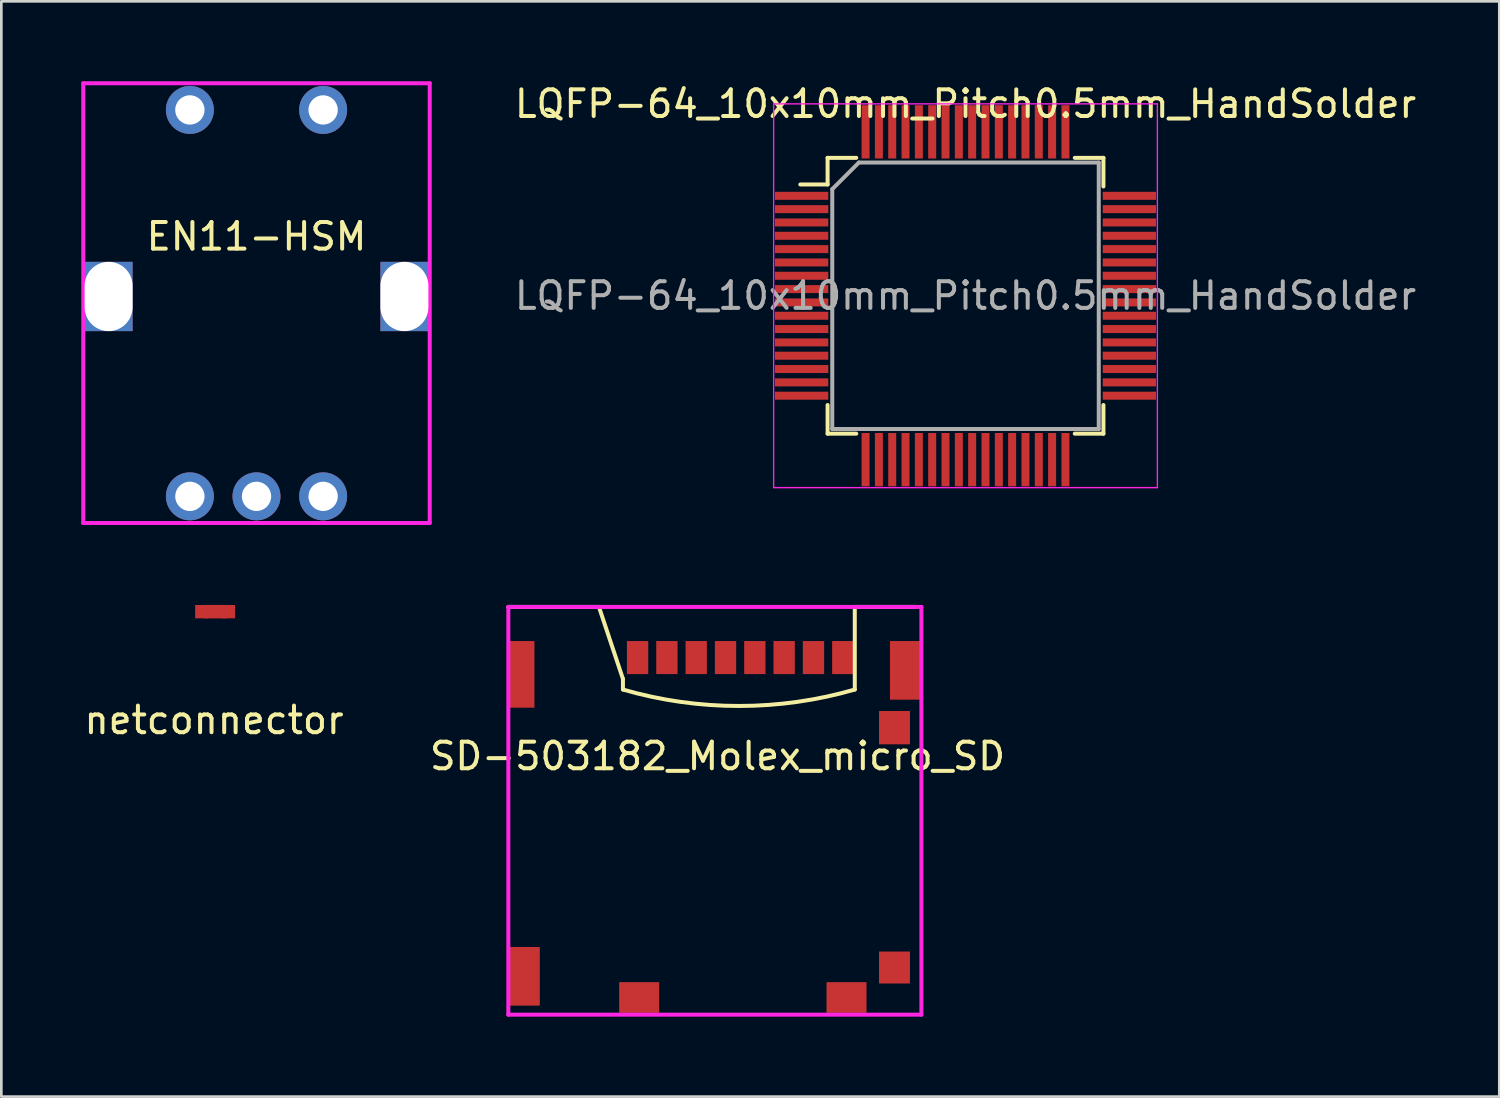
<source format=kicad_pcb>
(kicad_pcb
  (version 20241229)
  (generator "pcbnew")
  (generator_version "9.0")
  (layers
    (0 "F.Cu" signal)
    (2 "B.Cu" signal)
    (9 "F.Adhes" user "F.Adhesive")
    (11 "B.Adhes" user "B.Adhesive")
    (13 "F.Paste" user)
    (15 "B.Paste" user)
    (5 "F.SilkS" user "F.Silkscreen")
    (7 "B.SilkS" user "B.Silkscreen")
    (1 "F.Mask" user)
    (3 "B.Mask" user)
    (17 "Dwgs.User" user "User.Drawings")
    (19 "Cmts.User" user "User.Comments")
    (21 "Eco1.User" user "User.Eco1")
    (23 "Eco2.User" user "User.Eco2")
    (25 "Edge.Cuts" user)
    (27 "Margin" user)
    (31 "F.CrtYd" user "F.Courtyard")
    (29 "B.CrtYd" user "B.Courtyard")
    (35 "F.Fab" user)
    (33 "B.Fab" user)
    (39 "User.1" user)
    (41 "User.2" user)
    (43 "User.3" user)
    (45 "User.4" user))
  (footprint "SD-503182_Molex_micro_SD"
    (layer "F.Cu")
    (at 23.875 24.825)
    (property "Reference" "SD-503182_Molex_micro_SD" (at 0 0.5 0) (layer "F.SilkS") (effects (font (size 1 1) (thickness 0.15))))
    (attr through_hole)
    (fp_line (start -7.85 -5.1) (end -6.7 -5.1) (stroke (width 0.15) (type solid)) (layer "F.SilkS"))
    (fp_line (start -6.7 -5.1) (end -4.45 -5.1) (stroke (width 0.15) (type solid)) (layer "F.SilkS"))
    (fp_line (start -4.45 -5.1) (end -3.55 -2.4) (stroke (width 0.15) (type solid)) (layer "F.SilkS"))
    (fp_line (start -3.55 -2.4) (end -3.55 -2) (stroke (width 0.15) (type solid)) (layer "F.SilkS"))
    (fp_line (start 5.15 -5.1) (end 7.4 -5.1) (stroke (width 0.15) (type solid)) (layer "F.SilkS"))
    (fp_line (start 5.15 -2) (end 5.15 -5.1) (stroke (width 0.15) (type solid)) (layer "F.SilkS"))
    (fp_arc (start 5.149999 -2) (mid 0.8 -1.383954) (end -3.55 -2) (stroke (width 0.15) (type solid)) (layer "F.SilkS"))
    (fp_line (start -7.85 -5.1) (end -7.85 10.2) (stroke (width 0.15) (type solid)) (layer "F.CrtYd"))
    (fp_line (start -7.85 -5.1) (end 7.65 -5.1) (stroke (width 0.15) (type solid)) (layer "F.CrtYd"))
    (fp_line (start -7.85 10.2) (end 7.65 10.2) (stroke (width 0.15) (type solid)) (layer "F.CrtYd"))
    (fp_line (start 7.65 -5.1) (end 7.65 10.2) (stroke (width 0.15) (type solid)) (layer "F.CrtYd"))
    (pad "1" smd rect (at -3 -3.2) (size 0.8 1.24) (layers "F.Cu" "F.Mask" "F.Paste"))
    (pad "2" smd rect (at -1.9 -3.2) (size 0.8 1.24) (layers "F.Cu" "F.Mask" "F.Paste"))
    (pad "3" smd rect (at -0.8 -3.2) (size 0.8 1.24) (layers "F.Cu" "F.Mask" "F.Paste"))
    (pad "4" smd rect (at 0.3 -3.2) (size 0.8 1.24) (layers "F.Cu" "F.Mask" "F.Paste"))
    (pad "5" smd rect (at 1.4 -3.2) (size 0.8 1.24) (layers "F.Cu" "F.Mask" "F.Paste"))
    (pad "6" smd rect (at 2.5 -3.2) (size 0.8 1.24) (layers "F.Cu" "F.Mask" "F.Paste"))
    (pad "7" smd rect (at 3.6 -3.2) (size 0.8 1.24) (layers "F.Cu" "F.Mask" "F.Paste"))
    (pad "8" smd rect (at 4.7 -3.2) (size 0.8 1.24) (layers "F.Cu" "F.Mask" "F.Paste"))
    (pad "9" smd rect (at 6.64 8.43) (size 1.16 1.2) (layers "F.Cu" "F.Mask" "F.Paste"))
    (pad "10" smd rect (at 6.64 -0.57) (size 1.16 1.25) (layers "F.Cu" "F.Mask" "F.Paste"))
    (pad "11" smd rect (at -7.345 -2.57) (size 0.95 2.5) (layers "F.Cu" "F.Mask" "F.Paste"))
    (pad "11" smd rect (at -7.245 8.76) (size 1.15 2.2) (layers "F.Cu" "F.Mask" "F.Paste"))
    (pad "11" smd rect (at -2.94 9.555) (size 1.5 1.15) (layers "F.Cu" "F.Mask" "F.Paste"))
    (pad "11" smd rect (at 4.84 9.555) (size 1.5 1.15) (layers "F.Cu" "F.Mask" "F.Paste"))
    (pad "11" smd rect (at 7.045 -2.72) (size 1.15 2.2) (layers "F.Cu" "F.Mask" "F.Paste")))
  (footprint "netconnector"
    (layer "F.Cu")
    (at 5.023 19.902)
    (property "Reference" "netconnector" (at -0.041 4.069 0) (layer "F.SilkS") (effects (font (size 1 1) (thickness 0.15))))
    (attr through_hole)
    (fp_line (start 0.4 -0.1) (end -0.4 -0.1) (stroke (width 0.305) (type solid)) (layer "F.Cu"))
    (fp_line (start 0.4 0.1) (end -0.4 0.1) (stroke (width 0.305) (type solid)) (layer "F.Cu"))
    (pad "1" smd rect (at -0.5 0) (size 0.5 0.5) (layers "F.Cu"))
    (pad "2" smd rect (at 0.5 0) (size 0.5 0.5) (layers "F.Cu")))
  (footprint "EN11-HSM"
    (layer "F.Cu")
    (at 6.575 8.075)
    (property "Reference" "EN11-HSM" (at 0 -2.25 0) (layer "F.SilkS") (effects (font (size 1 1) (thickness 0.15))))
    (attr through_hole)
    (fp_line (start -6.5 -8) (end -6.5 8.5) (stroke (width 0.15) (type solid)) (layer "F.CrtYd"))
    (fp_line (start -6.5 8.5) (end 6.5 8.5) (stroke (width 0.15) (type solid)) (layer "F.CrtYd"))
    (fp_line (start 6.5 -8) (end -6.5 -8) (stroke (width 0.15) (type solid)) (layer "F.CrtYd"))
    (fp_line (start 6.5 8.5) (end 6.5 -8) (stroke (width 0.15) (type solid)) (layer "F.CrtYd"))
    (pad "" np_thru_hole rect (at -5.55 0) (size 1.8 2.6) (drill oval 1.8 2.6) (layers "*.Cu" "*.Mask"))
    (pad "" np_thru_hole rect (at 5.55 0) (size 1.8 2.6) (drill oval 1.8 2.6) (layers "*.Cu" "*.Mask"))
    (pad "1" thru_hole circle (at -2.5 7.5) (size 1.8 1.8) (drill 1.1) (layers "*.Cu" "*.Mask"))
    (pad "2" thru_hole circle (at 0 7.5) (size 1.8 1.8) (drill 1.1) (layers "*.Cu" "*.Mask"))
    (pad "3" thru_hole circle (at 2.5 7.5) (size 1.8 1.8) (drill 1.1) (layers "*.Cu" "*.Mask"))
    (pad "4" thru_hole circle (at 2.5 -7) (size 1.8 1.8) (drill 1.1) (layers "*.Cu" "*.Mask"))
    (pad "5" thru_hole circle (at -2.5 -7) (size 1.8 1.8) (drill 1.1) (layers "*.Cu" "*.Mask")))
  (footprint "LQFP-64_10x10mm_Pitch0.5mm_HandSolder"
    (layer "F.Cu")
    (at 33.18 8.048)
    (property "Reference" "LQFP-64_10x10mm_Pitch0.5mm_HandSolder" (at 0 -7.2 0) (layer "F.SilkS") (effects (font (size 1 1) (thickness 0.15))))
    (attr smd)
    (fp_line (start -5.175 -5.175) (end -5.175 -4.175) (stroke (width 0.15) (type solid)) (layer "F.SilkS"))
    (fp_line (start -5.175 -5.175) (end -4.1 -5.175) (stroke (width 0.15) (type solid)) (layer "F.SilkS"))
    (fp_line (start -5.175 -4.175) (end -6.2 -4.175) (stroke (width 0.15) (type solid)) (layer "F.SilkS"))
    (fp_line (start -5.175 5.175) (end -5.175 4.1) (stroke (width 0.15) (type solid)) (layer "F.SilkS"))
    (fp_line (start -5.175 5.175) (end -4.1 5.175) (stroke (width 0.15) (type solid)) (layer "F.SilkS"))
    (fp_line (start 5.175 -5.175) (end 4.1 -5.175) (stroke (width 0.15) (type solid)) (layer "F.SilkS"))
    (fp_line (start 5.175 -5.175) (end 5.175 -4.1) (stroke (width 0.15) (type solid)) (layer "F.SilkS"))
    (fp_line (start 5.175 5.175) (end 4.1 5.175) (stroke (width 0.15) (type solid)) (layer "F.SilkS"))
    (fp_line (start 5.175 5.175) (end 5.175 4.1) (stroke (width 0.15) (type solid)) (layer "F.SilkS"))
    (fp_line (start -7.2 -7.2) (end -7.2 7.2) (stroke (width 0.05) (type solid)) (layer "F.CrtYd"))
    (fp_line (start -7.2 -7.2) (end 7.2 -7.2) (stroke (width 0.05) (type solid)) (layer "F.CrtYd"))
    (fp_line (start -7.2 7.2) (end 7.2 7.2) (stroke (width 0.05) (type solid)) (layer "F.CrtYd"))
    (fp_line (start 7.2 -7.2) (end 7.2 7.2) (stroke (width 0.05) (type solid)) (layer "F.CrtYd"))
    (fp_line (start -5 -4) (end -4 -5) (stroke (width 0.15) (type solid)) (layer "F.Fab"))
    (fp_line (start -5 5) (end -5 -4) (stroke (width 0.15) (type solid)) (layer "F.Fab"))
    (fp_line (start -4 -5) (end 5 -5) (stroke (width 0.15) (type solid)) (layer "F.Fab"))
    (fp_line (start 5 -5) (end 5 5) (stroke (width 0.15) (type solid)) (layer "F.Fab"))
    (fp_line (start 5 5) (end -5 5) (stroke (width 0.15) (type solid)) (layer "F.Fab"))
    (fp_text user "${REFERENCE}" (at 0 0 0) (layer "F.Fab") (effects (font (size 1 1) (thickness 0.15))))
    (pad "1" smd rect (at -6.15 -3.75) (size 2 0.3) (layers "F.Cu" "F.Mask" "F.Paste"))
    (pad "2" smd rect (at -6.15 -3.25) (size 2 0.3) (layers "F.Cu" "F.Mask" "F.Paste"))
    (pad "3" smd rect (at -6.15 -2.75) (size 2 0.3) (layers "F.Cu" "F.Mask" "F.Paste"))
    (pad "4" smd rect (at -6.15 -2.25) (size 2 0.3) (layers "F.Cu" "F.Mask" "F.Paste"))
    (pad "5" smd rect (at -6.15 -1.75) (size 2 0.3) (layers "F.Cu" "F.Mask" "F.Paste"))
    (pad "6" smd rect (at -6.15 -1.25) (size 2 0.3) (layers "F.Cu" "F.Mask" "F.Paste"))
    (pad "7" smd rect (at -6.15 -0.75) (size 2 0.3) (layers "F.Cu" "F.Mask" "F.Paste"))
    (pad "8" smd rect (at -6.15 -0.25) (size 2 0.3) (layers "F.Cu" "F.Mask" "F.Paste"))
    (pad "9" smd rect (at -6.15 0.25) (size 2 0.3) (layers "F.Cu" "F.Mask" "F.Paste"))
    (pad "10" smd rect (at -6.15 0.75) (size 2 0.3) (layers "F.Cu" "F.Mask" "F.Paste"))
    (pad "11" smd rect (at -6.15 1.25) (size 2 0.3) (layers "F.Cu" "F.Mask" "F.Paste"))
    (pad "12" smd rect (at -6.15 1.75) (size 2 0.3) (layers "F.Cu" "F.Mask" "F.Paste"))
    (pad "13" smd rect (at -6.15 2.25) (size 2 0.3) (layers "F.Cu" "F.Mask" "F.Paste"))
    (pad "14" smd rect (at -6.15 2.75) (size 2 0.3) (layers "F.Cu" "F.Mask" "F.Paste"))
    (pad "15" smd rect (at -6.15 3.25) (size 2 0.3) (layers "F.Cu" "F.Mask" "F.Paste"))
    (pad "16" smd rect (at -6.15 3.75) (size 2 0.3) (layers "F.Cu" "F.Mask" "F.Paste"))
    (pad "17" smd rect (at -3.75 6.15 90) (size 2 0.3) (layers "F.Cu" "F.Mask" "F.Paste"))
    (pad "18" smd rect (at -3.25 6.15 90) (size 2 0.3) (layers "F.Cu" "F.Mask" "F.Paste"))
    (pad "19" smd rect (at -2.75 6.15 90) (size 2 0.3) (layers "F.Cu" "F.Mask" "F.Paste"))
    (pad "20" smd rect (at -2.25 6.15 90) (size 2 0.3) (layers "F.Cu" "F.Mask" "F.Paste"))
    (pad "21" smd rect (at -1.75 6.15 90) (size 2 0.3) (layers "F.Cu" "F.Mask" "F.Paste"))
    (pad "22" smd rect (at -1.25 6.15 90) (size 2 0.3) (layers "F.Cu" "F.Mask" "F.Paste"))
    (pad "23" smd rect (at -0.75 6.15 90) (size 2 0.3) (layers "F.Cu" "F.Mask" "F.Paste"))
    (pad "24" smd rect (at -0.25 6.15 90) (size 2 0.3) (layers "F.Cu" "F.Mask" "F.Paste"))
    (pad "25" smd rect (at 0.25 6.15 90) (size 2 0.3) (layers "F.Cu" "F.Mask" "F.Paste"))
    (pad "26" smd rect (at 0.75 6.15 90) (size 2 0.3) (layers "F.Cu" "F.Mask" "F.Paste"))
    (pad "27" smd rect (at 1.25 6.15 90) (size 2 0.3) (layers "F.Cu" "F.Mask" "F.Paste"))
    (pad "28" smd rect (at 1.75 6.15 90) (size 2 0.3) (layers "F.Cu" "F.Mask" "F.Paste"))
    (pad "29" smd rect (at 2.25 6.15 90) (size 2 0.3) (layers "F.Cu" "F.Mask" "F.Paste"))
    (pad "30" smd rect (at 2.75 6.15 90) (size 2 0.3) (layers "F.Cu" "F.Mask" "F.Paste"))
    (pad "31" smd rect (at 3.25 6.15 90) (size 2 0.3) (layers "F.Cu" "F.Mask" "F.Paste"))
    (pad "32" smd rect (at 3.75 6.15 90) (size 2 0.3) (layers "F.Cu" "F.Mask" "F.Paste"))
    (pad "33" smd rect (at 6.15 3.75) (size 2 0.3) (layers "F.Cu" "F.Mask" "F.Paste"))
    (pad "34" smd rect (at 6.15 3.25) (size 2 0.3) (layers "F.Cu" "F.Mask" "F.Paste"))
    (pad "35" smd rect (at 6.15 2.75) (size 2 0.3) (layers "F.Cu" "F.Mask" "F.Paste"))
    (pad "36" smd rect (at 6.15 2.25) (size 2 0.3) (layers "F.Cu" "F.Mask" "F.Paste"))
    (pad "37" smd rect (at 6.15 1.75) (size 2 0.3) (layers "F.Cu" "F.Mask" "F.Paste"))
    (pad "38" smd rect (at 6.15 1.25) (size 2 0.3) (layers "F.Cu" "F.Mask" "F.Paste"))
    (pad "39" smd rect (at 6.15 0.75) (size 2 0.3) (layers "F.Cu" "F.Mask" "F.Paste"))
    (pad "40" smd rect (at 6.15 0.25) (size 2 0.3) (layers "F.Cu" "F.Mask" "F.Paste"))
    (pad "41" smd rect (at 6.15 -0.25) (size 2 0.3) (layers "F.Cu" "F.Mask" "F.Paste"))
    (pad "42" smd rect (at 6.15 -0.75) (size 2 0.3) (layers "F.Cu" "F.Mask" "F.Paste"))
    (pad "43" smd rect (at 6.15 -1.25) (size 2 0.3) (layers "F.Cu" "F.Mask" "F.Paste"))
    (pad "44" smd rect (at 6.15 -1.75) (size 2 0.3) (layers "F.Cu" "F.Mask" "F.Paste"))
    (pad "45" smd rect (at 6.15 -2.25) (size 2 0.3) (layers "F.Cu" "F.Mask" "F.Paste"))
    (pad "46" smd rect (at 6.15 -2.75) (size 2 0.3) (layers "F.Cu" "F.Mask" "F.Paste"))
    (pad "47" smd rect (at 6.15 -3.25) (size 2 0.3) (layers "F.Cu" "F.Mask" "F.Paste"))
    (pad "48" smd rect (at 6.15 -3.75) (size 2 0.3) (layers "F.Cu" "F.Mask" "F.Paste"))
    (pad "49" smd rect (at 3.75 -6.15 90) (size 2 0.3) (layers "F.Cu" "F.Mask" "F.Paste"))
    (pad "50" smd rect (at 3.25 -6.15 90) (size 2 0.3) (layers "F.Cu" "F.Mask" "F.Paste"))
    (pad "51" smd rect (at 2.75 -6.15 90) (size 2 0.3) (layers "F.Cu" "F.Mask" "F.Paste"))
    (pad "52" smd rect (at 2.25 -6.15 90) (size 2 0.3) (layers "F.Cu" "F.Mask" "F.Paste"))
    (pad "53" smd rect (at 1.75 -6.15 90) (size 2 0.3) (layers "F.Cu" "F.Mask" "F.Paste"))
    (pad "54" smd rect (at 1.25 -6.15 90) (size 2 0.3) (layers "F.Cu" "F.Mask" "F.Paste"))
    (pad "55" smd rect (at 0.75 -6.15 90) (size 2 0.3) (layers "F.Cu" "F.Mask" "F.Paste"))
    (pad "56" smd rect (at 0.25 -6.15 90) (size 2 0.3) (layers "F.Cu" "F.Mask" "F.Paste"))
    (pad "57" smd rect (at -0.25 -6.15 90) (size 2 0.3) (layers "F.Cu" "F.Mask" "F.Paste"))
    (pad "58" smd rect (at -0.75 -6.15 90) (size 2 0.3) (layers "F.Cu" "F.Mask" "F.Paste"))
    (pad "59" smd rect (at -1.25 -6.15 90) (size 2 0.3) (layers "F.Cu" "F.Mask" "F.Paste"))
    (pad "60" smd rect (at -1.75 -6.15 90) (size 2 0.3) (layers "F.Cu" "F.Mask" "F.Paste"))
    (pad "61" smd rect (at -2.25 -6.15 90) (size 2 0.3) (layers "F.Cu" "F.Mask" "F.Paste"))
    (pad "62" smd rect (at -2.75 -6.15 90) (size 2 0.3) (layers "F.Cu" "F.Mask" "F.Paste"))
    (pad "63" smd rect (at -3.25 -6.15 90) (size 2 0.3) (layers "F.Cu" "F.Mask" "F.Paste"))
    (pad "64" smd rect (at -3.75 -6.15 90) (size 2 0.3) (layers "F.Cu" "F.Mask" "F.Paste")))
  (gr_rect
    (start -3 -3)
    (end 53.21 38.1)
    (stroke (width 0.1) (type default))
    (fill no)
    (layer "Edge.Cuts")))
</source>
